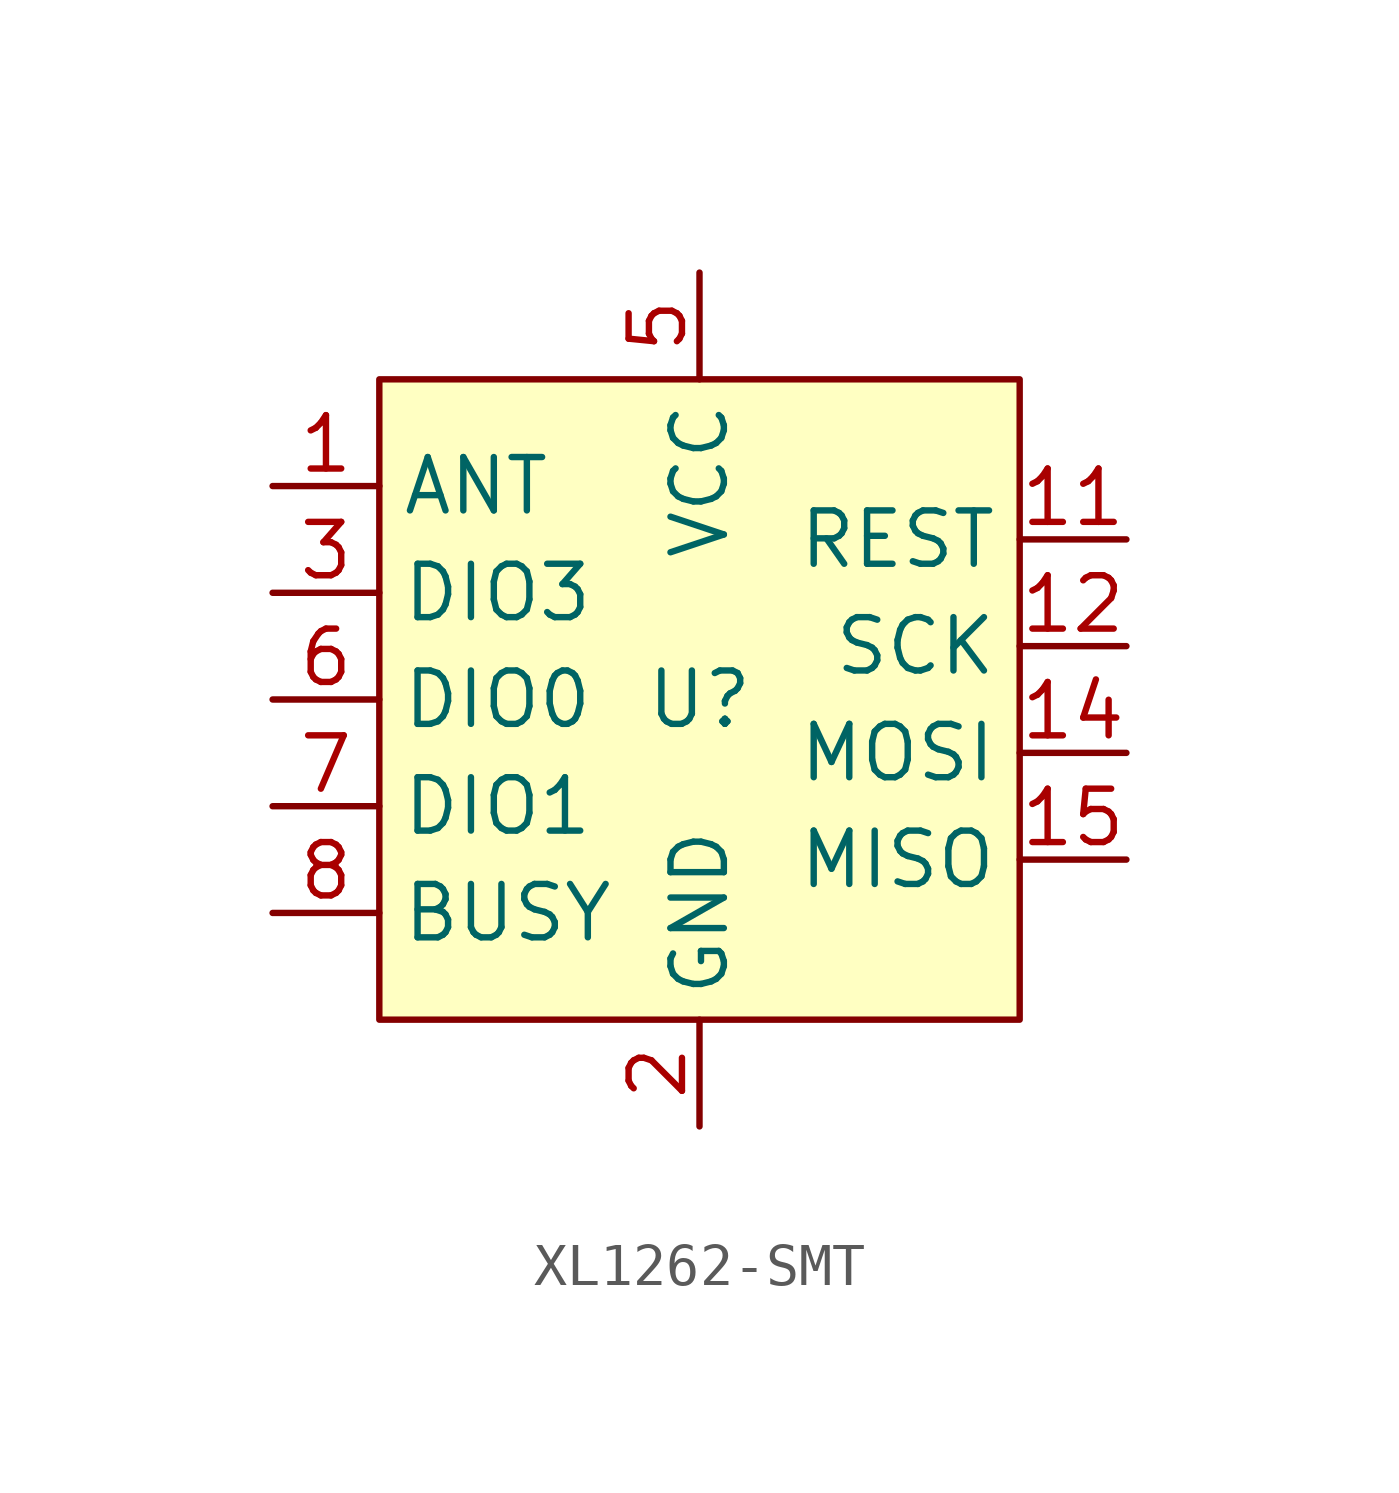
<source format=kicad_sym>
(kicad_symbol_lib
  (version 20231120)
  (generator "kicad_symbol_editor")
  (generator_version "8.0")
  (symbol "XL1262-SMT"
    (property "Reference" "U"
      (at 0 0 0)
      (effects (font (size 1.27 1.27))))
    (property "Value" ""
      (at 0 0 0)
      (effects (font (size 1.27 1.27))))
    (symbol "XL1262-SMT_1_1"
      (rectangle (start -7.62 7.62) (end 7.62 -7.62) (stroke (width 0) (type default)) (fill (type background)))
      (pin bidirectional line (at -10.16 5.08 0) (length 2.54) (name "ANT" (effects (font (size 1.27 1.27)))) (number "1" (effects (font (size 1.27 1.27)))))
      (pin input line (at 10.16 3.81 180) (length 2.54) (name "REST" (effects (font (size 1.27 1.27)))) (number "11" (effects (font (size 1.27 1.27)))))
      (pin input line (at 10.16 1.27 180) (length 2.54) (name "SCK" (effects (font (size 1.27 1.27)))) (number "12" (effects (font (size 1.27 1.27)))))
      (pin input line (at 10.16 1.27 180) (length 2.54) hide (name "SCK" (effects (font (size 1.27 1.27)))) (number "13" (effects (font (size 1.27 1.27)))))
      (pin input line (at 10.16 -1.27 180) (length 2.54) (name "MOSI" (effects (font (size 1.27 1.27)))) (number "14" (effects (font (size 1.27 1.27)))))
      (pin output line (at 10.16 -3.81 180) (length 2.54) (name "MISO" (effects (font (size 1.27 1.27)))) (number "15" (effects (font (size 1.27 1.27)))))
      (pin power_in line (at 0 -10.16 90) (length 2.54) hide (name "GND" (effects (font (size 1.27 1.27)))) (number "16" (effects (font (size 1.27 1.27)))))
      (pin power_in line (at 0 -10.16 90) (length 2.54) (name "GND" (effects (font (size 1.27 1.27)))) (number "2" (effects (font (size 1.27 1.27)))))
      (pin bidirectional line (at -10.16 2.54 0) (length 2.54) (name "DIO3" (effects (font (size 1.27 1.27)))) (number "3" (effects (font (size 1.27 1.27)))))
      (pin power_in line (at 0 10.16 270) (length 2.54) (name "VCC" (effects (font (size 1.27 1.27)))) (number "5" (effects (font (size 1.27 1.27)))))
      (pin bidirectional line (at -10.16 0 0) (length 2.54) (name "DIO0" (effects (font (size 1.27 1.27)))) (number "6" (effects (font (size 1.27 1.27)))))
      (pin bidirectional line (at -10.16 -2.54 0) (length 2.54) (name "DIO1" (effects (font (size 1.27 1.27)))) (number "7" (effects (font (size 1.27 1.27)))))
      (pin output line (at -10.16 -5.08 0) (length 2.54) (name "BUSY" (effects (font (size 1.27 1.27)))) (number "8" (effects (font (size 1.27 1.27)))))
      (pin power_in line (at 0 -10.16 90) (length 2.54) hide (name "GND" (effects (font (size 1.27 1.27)))) (number "9" (effects (font (size 1.27 1.27))))))))
</source>
